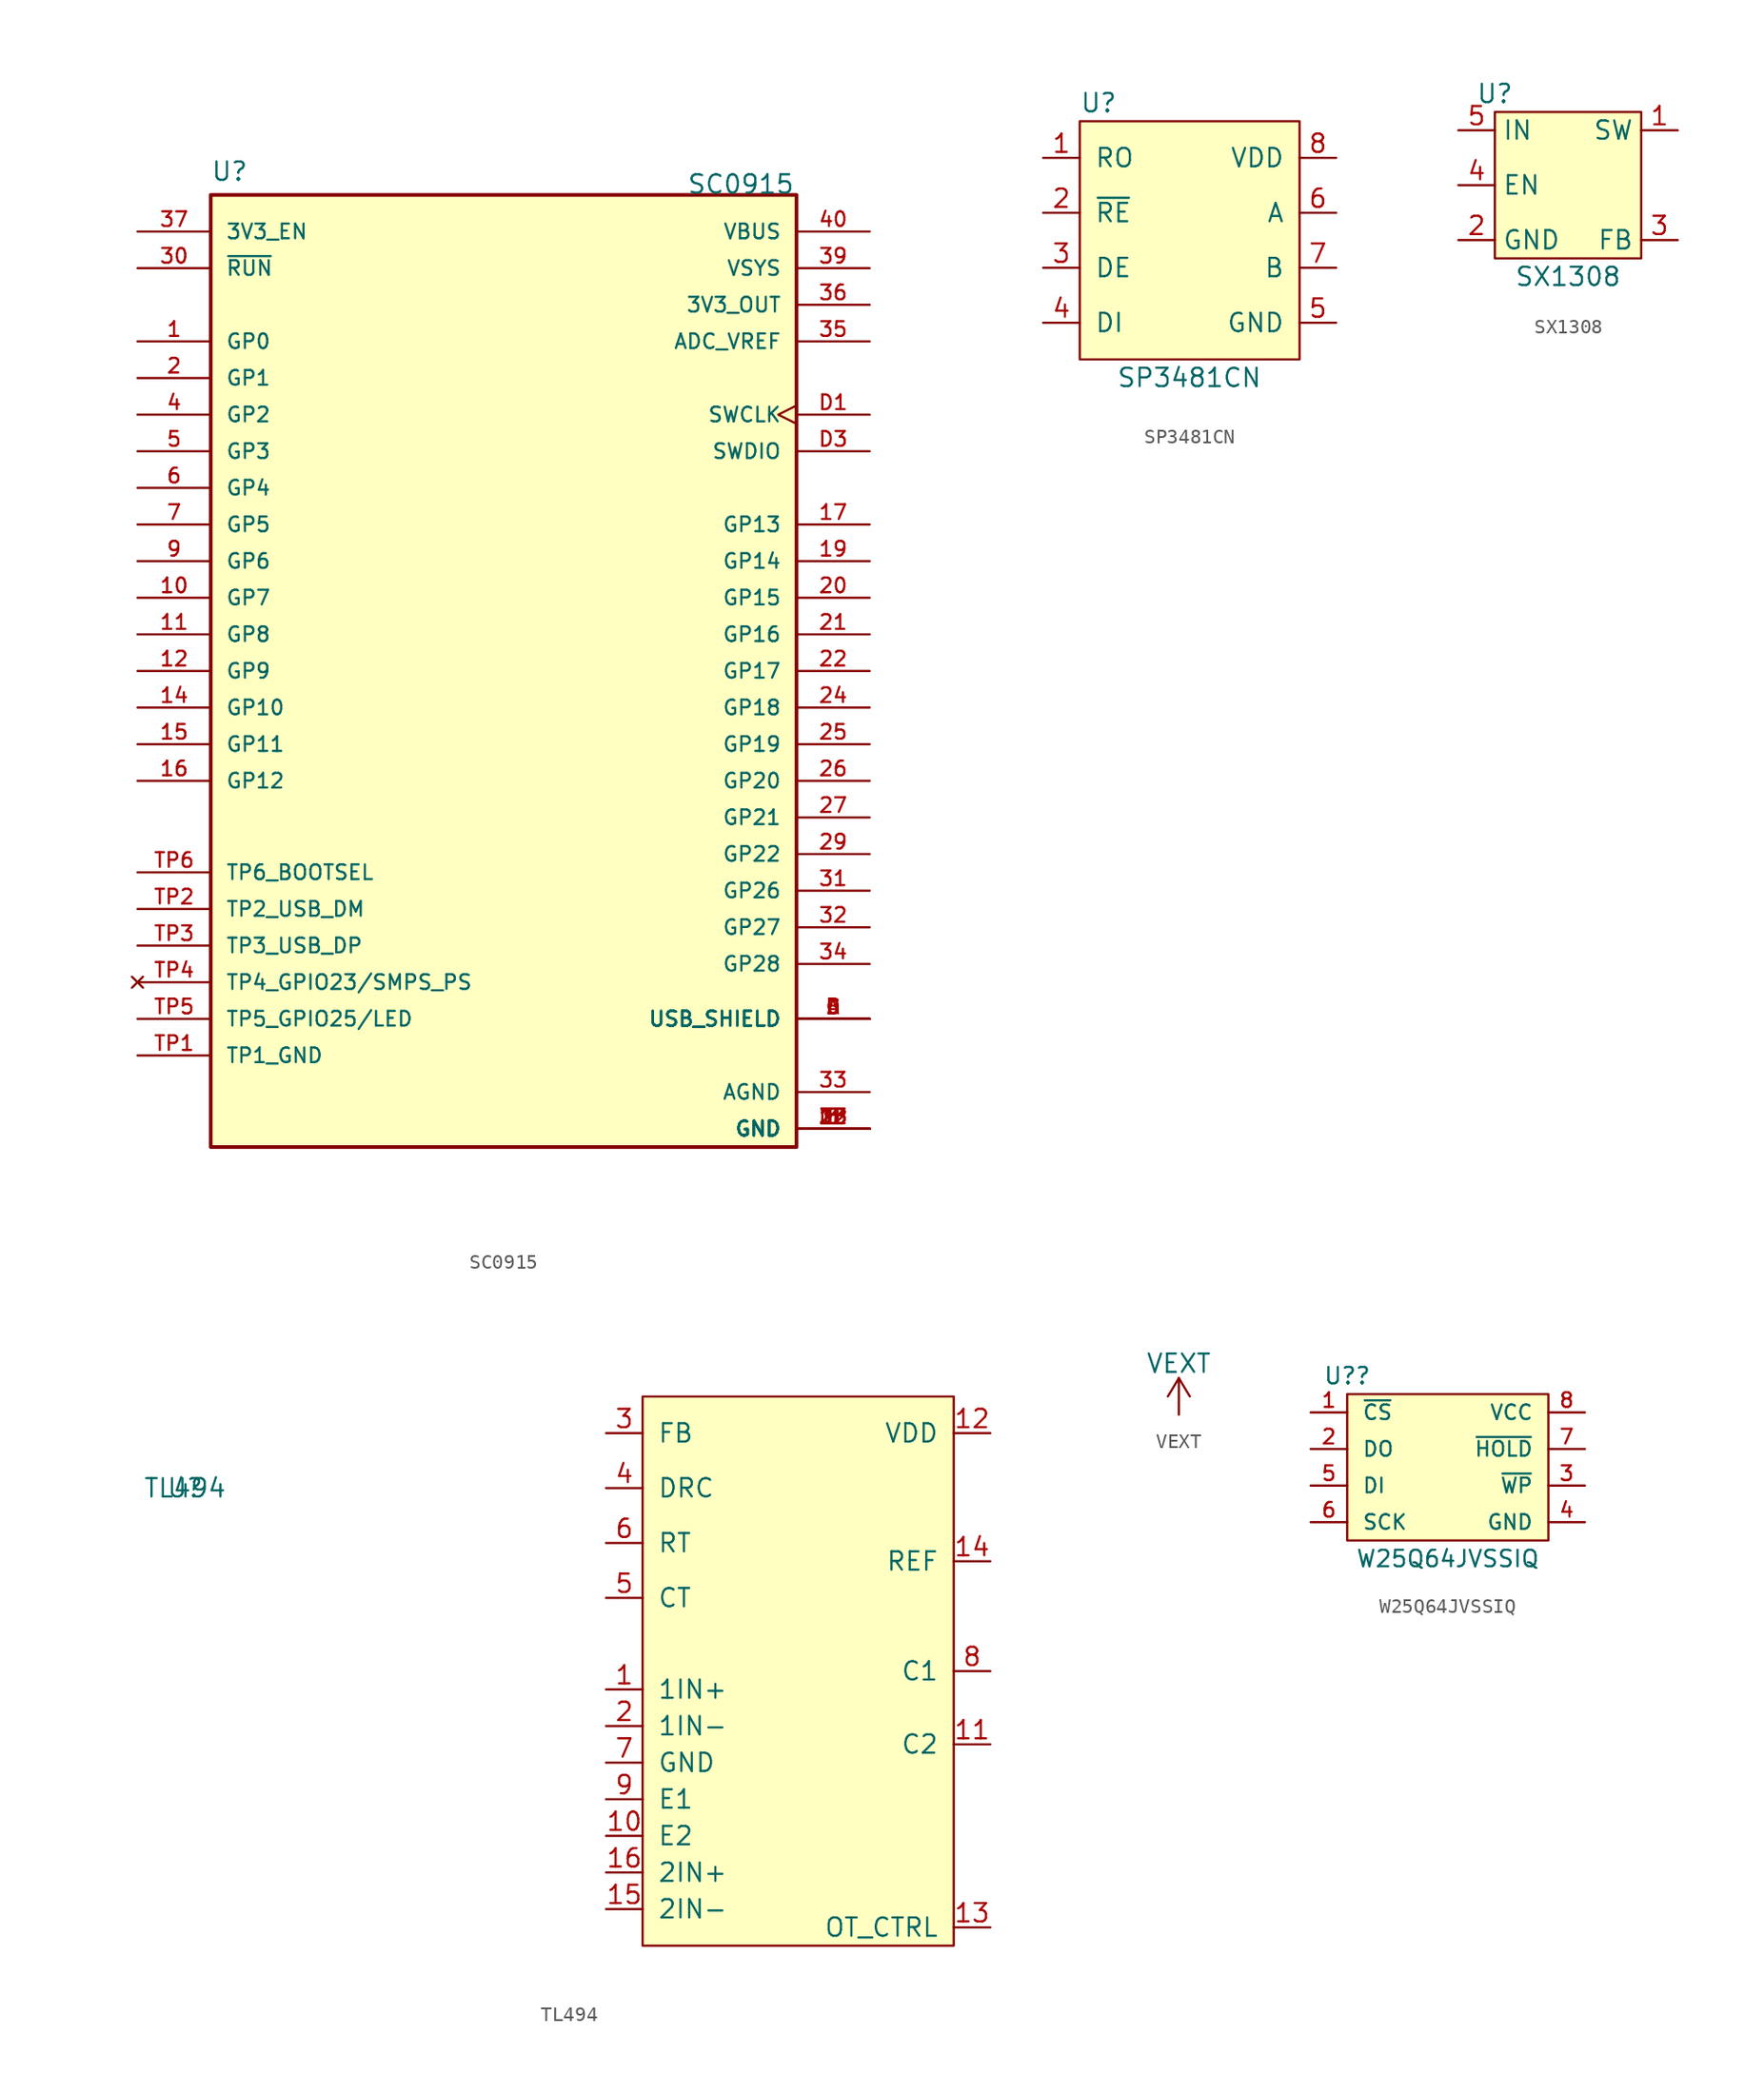
<source format=kicad_sym>
(kicad_symbol_lib
  (version 20211014)
  (generator kicad_symbol_editor)
  (symbol "SC0915"
    (pin_names
      (offset 1.016))
    (property "Reference" "U"
      (at -20.32 44.069 0)
      (effects (font (size 1.27 1.27)) (justify left bottom)))
    (property "Value" "SC0915"
      (at 12.7 43.18 0)
      (effects (font (size 1.27 1.27)) (justify left bottom)))
    (symbol "SC0915_0_0"
      (rectangle (start -20.32 43.18) (end 20.32 -22.86) (stroke (width 0.254) (type default) (color 0 0 0 0)) (fill (type background)))
      (pin bidirectional line (at -25.4 33.02 0) (length 5.08) (name "GP0" (effects (font (size 1.016 1.016)))) (number "1" (effects (font (size 1.016 1.016)))))
      (pin bidirectional line (at -25.4 15.24 0) (length 5.08) (name "GP7" (effects (font (size 1.016 1.016)))) (number "10" (effects (font (size 1.016 1.016)))))
      (pin bidirectional line (at -25.4 12.7 0) (length 5.08) (name "GP8" (effects (font (size 1.016 1.016)))) (number "11" (effects (font (size 1.016 1.016)))))
      (pin bidirectional line (at -25.4 10.16 0) (length 5.08) (name "GP9" (effects (font (size 1.016 1.016)))) (number "12" (effects (font (size 1.016 1.016)))))
      (pin power_in line (at 25.4 -21.59 180) (length 5.08) (name "GND" (effects (font (size 1.016 1.016)))) (number "13" (effects (font (size 1.016 1.016)))))
      (pin bidirectional line (at -25.4 7.62 0) (length 5.08) (name "GP10" (effects (font (size 1.016 1.016)))) (number "14" (effects (font (size 1.016 1.016)))))
      (pin bidirectional line (at -25.4 5.08 0) (length 5.08) (name "GP11" (effects (font (size 1.016 1.016)))) (number "15" (effects (font (size 1.016 1.016)))))
      (pin bidirectional line (at -25.4 2.54 0) (length 5.08) (name "GP12" (effects (font (size 1.016 1.016)))) (number "16" (effects (font (size 1.016 1.016)))))
      (pin bidirectional line (at 25.4 20.32 180) (length 5.08) (name "GP13" (effects (font (size 1.016 1.016)))) (number "17" (effects (font (size 1.016 1.016)))))
      (pin power_in line (at 25.4 -21.59 180) (length 5.08) (name "GND" (effects (font (size 1.016 1.016)))) (number "18" (effects (font (size 1.016 1.016)))))
      (pin bidirectional line (at 25.4 17.78 180) (length 5.08) (name "GP14" (effects (font (size 1.016 1.016)))) (number "19" (effects (font (size 1.016 1.016)))))
      (pin bidirectional line (at -25.4 30.48 0) (length 5.08) (name "GP1" (effects (font (size 1.016 1.016)))) (number "2" (effects (font (size 1.016 1.016)))))
      (pin bidirectional line (at 25.4 15.24 180) (length 5.08) (name "GP15" (effects (font (size 1.016 1.016)))) (number "20" (effects (font (size 1.016 1.016)))))
      (pin bidirectional line (at 25.4 12.7 180) (length 5.08) (name "GP16" (effects (font (size 1.016 1.016)))) (number "21" (effects (font (size 1.016 1.016)))))
      (pin bidirectional line (at 25.4 10.16 180) (length 5.08) (name "GP17" (effects (font (size 1.016 1.016)))) (number "22" (effects (font (size 1.016 1.016)))))
      (pin power_in line (at 25.4 -21.59 180) (length 5.08) (name "GND" (effects (font (size 1.016 1.016)))) (number "23" (effects (font (size 1.016 1.016)))))
      (pin bidirectional line (at 25.4 7.62 180) (length 5.08) (name "GP18" (effects (font (size 1.016 1.016)))) (number "24" (effects (font (size 1.016 1.016)))))
      (pin bidirectional line (at 25.4 5.08 180) (length 5.08) (name "GP19" (effects (font (size 1.016 1.016)))) (number "25" (effects (font (size 1.016 1.016)))))
      (pin bidirectional line (at 25.4 2.54 180) (length 5.08) (name "GP20" (effects (font (size 1.016 1.016)))) (number "26" (effects (font (size 1.016 1.016)))))
      (pin bidirectional line (at 25.4 0 180) (length 5.08) (name "GP21" (effects (font (size 1.016 1.016)))) (number "27" (effects (font (size 1.016 1.016)))))
      (pin power_in line (at 25.4 -21.59 180) (length 5.08) (name "GND" (effects (font (size 1.016 1.016)))) (number "28" (effects (font (size 1.016 1.016)))))
      (pin bidirectional line (at 25.4 -2.54 180) (length 5.08) (name "GP22" (effects (font (size 1.016 1.016)))) (number "29" (effects (font (size 1.016 1.016)))))
      (pin power_in line (at 25.4 -21.59 180) (length 5.08) (name "GND" (effects (font (size 1.016 1.016)))) (number "3" (effects (font (size 1.016 1.016)))))
      (pin input line (at -25.4 38.1 0) (length 5.08) (name "~{RUN}" (effects (font (size 1.016 1.016)))) (number "30" (effects (font (size 1.016 1.016)))))
      (pin bidirectional line (at 25.4 -5.08 180) (length 5.08) (name "GP26" (effects (font (size 1.016 1.016)))) (number "31" (effects (font (size 1.016 1.016)))))
      (pin bidirectional line (at 25.4 -7.62 180) (length 5.08) (name "GP27" (effects (font (size 1.016 1.016)))) (number "32" (effects (font (size 1.016 1.016)))))
      (pin power_in line (at 25.4 -19.05 180) (length 5.08) (name "AGND" (effects (font (size 1.016 1.016)))) (number "33" (effects (font (size 1.016 1.016)))))
      (pin bidirectional line (at 25.4 -10.16 180) (length 5.08) (name "GP28" (effects (font (size 1.016 1.016)))) (number "34" (effects (font (size 1.016 1.016)))))
      (pin power_in line (at 25.4 33.02 180) (length 5.08) (name "ADC_VREF" (effects (font (size 1.016 1.016)))) (number "35" (effects (font (size 1.016 1.016)))))
      (pin power_in line (at 25.4 35.56 180) (length 5.08) (name "3V3_OUT" (effects (font (size 1.016 1.016)))) (number "36" (effects (font (size 1.016 1.016)))))
      (pin input line (at -25.4 40.64 0) (length 5.08) (name "3V3_EN" (effects (font (size 1.016 1.016)))) (number "37" (effects (font (size 1.016 1.016)))))
      (pin power_in line (at 25.4 -21.59 180) (length 5.08) (name "GND" (effects (font (size 1.016 1.016)))) (number "38" (effects (font (size 1.016 1.016)))))
      (pin power_in line (at 25.4 38.1 180) (length 5.08) (name "VSYS" (effects (font (size 1.016 1.016)))) (number "39" (effects (font (size 1.016 1.016)))))
      (pin bidirectional line (at -25.4 27.94 0) (length 5.08) (name "GP2" (effects (font (size 1.016 1.016)))) (number "4" (effects (font (size 1.016 1.016)))))
      (pin power_in line (at 25.4 40.64 180) (length 5.08) (name "VBUS" (effects (font (size 1.016 1.016)))) (number "40" (effects (font (size 1.016 1.016)))))
      (pin bidirectional line (at -25.4 25.4 0) (length 5.08) (name "GP3" (effects (font (size 1.016 1.016)))) (number "5" (effects (font (size 1.016 1.016)))))
      (pin bidirectional line (at -25.4 22.86 0) (length 5.08) (name "GP4" (effects (font (size 1.016 1.016)))) (number "6" (effects (font (size 1.016 1.016)))))
      (pin bidirectional line (at -25.4 20.32 0) (length 5.08) (name "GP5" (effects (font (size 1.016 1.016)))) (number "7" (effects (font (size 1.016 1.016)))))
      (pin power_in line (at 25.4 -21.59 180) (length 5.08) (name "GND" (effects (font (size 1.016 1.016)))) (number "8" (effects (font (size 1.016 1.016)))))
      (pin bidirectional line (at -25.4 17.78 0) (length 5.08) (name "GP6" (effects (font (size 1.016 1.016)))) (number "9" (effects (font (size 1.016 1.016)))))
      (pin power_in line (at 25.4 -13.97 180) (length 5.08) (name "USB_SHIELD" (effects (font (size 1.016 1.016)))) (number "A" (effects (font (size 1.016 1.016)))))
      (pin power_in line (at 25.4 -13.97 180) (length 5.08) (name "USB_SHIELD" (effects (font (size 1.016 1.016)))) (number "B" (effects (font (size 1.016 1.016)))))
      (pin power_in line (at 25.4 -13.97 180) (length 5.08) (name "USB_SHIELD" (effects (font (size 1.016 1.016)))) (number "C" (effects (font (size 1.016 1.016)))))
      (pin power_in line (at 25.4 -13.97 180) (length 5.08) (name "USB_SHIELD" (effects (font (size 1.016 1.016)))) (number "D" (effects (font (size 1.016 1.016)))))
      (pin input clock (at 25.4 27.94 180) (length 5.08) (name "SWCLK" (effects (font (size 1.016 1.016)))) (number "D1" (effects (font (size 1.016 1.016)))))
      (pin power_in line (at 25.4 -21.59 180) (length 5.08) (name "GND" (effects (font (size 1.016 1.016)))) (number "D2" (effects (font (size 1.016 1.016)))))
      (pin bidirectional line (at 25.4 25.4 180) (length 5.08) (name "SWDIO" (effects (font (size 1.016 1.016)))) (number "D3" (effects (font (size 1.016 1.016)))))
      (pin power_in line (at -25.4 -16.51 0) (length 5.08) (name "TP1_GND" (effects (font (size 1.016 1.016)))) (number "TP1" (effects (font (size 1.016 1.016)))))
      (pin bidirectional line (at -25.4 -6.35 0) (length 5.08) (name "TP2_USB_DM" (effects (font (size 1.016 1.016)))) (number "TP2" (effects (font (size 1.016 1.016)))))
      (pin bidirectional line (at -25.4 -8.89 0) (length 5.08) (name "TP3_USB_DP" (effects (font (size 1.016 1.016)))) (number "TP3" (effects (font (size 1.016 1.016)))))
      (pin no_connect line (at -25.4 -11.43 0) (length 5.08) (name "TP4_GPIO23/SMPS_PS" (effects (font (size 1.016 1.016)))) (number "TP4" (effects (font (size 1.016 1.016)))))
      (pin output line (at -25.4 -13.97 0) (length 5.08) (name "TP5_GPIO25/LED" (effects (font (size 1.016 1.016)))) (number "TP5" (effects (font (size 1.016 1.016)))))
      (pin input line (at -25.4 -3.81 0) (length 5.08) (name "TP6_BOOTSEL" (effects (font (size 1.016 1.016)))) (number "TP6" (effects (font (size 1.016 1.016)))))))
  (symbol "SP3481CN"
    (pin_names
      (offset 1.016))
    (property "Reference" "U"
      (at -7.62 10.16 0)
      (effects (font (size 1.27 1.27)) (justify left)))
    (property "Value" "SP3481CN"
      (at -5.08 -8.89 0)
      (effects (font (size 1.27 1.27)) (justify left)))
    (symbol "SP3481CN_0_1"
      (rectangle (start -7.62 8.89) (end 7.62 -7.62) (stroke (width 0.152) (type default) (color 0 0 0 0)) (fill (type background))))
    (symbol "SP3481CN_1_1"
      (pin output line (at -10.16 6.35 0) (length 2.54) (name "RO" (effects (font (size 1.27 1.27)))) (number "1" (effects (font (size 1.27 1.27)))))
      (pin input line (at -10.16 2.54 0) (length 2.54) (name "~{RE}" (effects (font (size 1.27 1.27)))) (number "2" (effects (font (size 1.27 1.27)))))
      (pin input line (at -10.16 -1.27 0) (length 2.54) (name "DE" (effects (font (size 1.27 1.27)))) (number "3" (effects (font (size 1.27 1.27)))))
      (pin input line (at -10.16 -5.08 0) (length 2.54) (name "DI" (effects (font (size 1.27 1.27)))) (number "4" (effects (font (size 1.27 1.27)))))
      (pin power_in line (at 10.16 -5.08 180) (length 2.54) (name "GND" (effects (font (size 1.27 1.27)))) (number "5" (effects (font (size 1.27 1.27)))))
      (pin bidirectional line (at 10.16 2.54 180) (length 2.54) (name "A" (effects (font (size 1.27 1.27)))) (number "6" (effects (font (size 1.27 1.27)))))
      (pin bidirectional line (at 10.16 -1.27 180) (length 2.54) (name "B" (effects (font (size 1.27 1.27)))) (number "7" (effects (font (size 1.27 1.27)))))
      (pin power_in line (at 10.16 6.35 180) (length 2.54) (name "VDD" (effects (font (size 1.27 1.27)))) (number "8" (effects (font (size 1.27 1.27)))))))
  (symbol "SX1308"
    (property "Reference" "U"
      (at -5.08 6.35 0)
      (effects (font (size 1.27 1.27))))
    (property "Value" "SX1308"
      (at 0 -6.35 0)
      (effects (font (size 1.27 1.27))))
    (symbol "SX1308_0_1"
      (rectangle (start -5.08 5.08) (end 5.08 -5.08) (stroke (width 0.152) (type default) (color 0 0 0 0)) (fill (type background))))
    (symbol "SX1308_1_1"
      (pin input line (at 7.62 3.81 180) (length 2.54) (name "SW" (effects (font (size 1.27 1.27)))) (number "1" (effects (font (size 1.27 1.27)))))
      (pin input line (at -7.62 -3.81 0) (length 2.54) (name "GND" (effects (font (size 1.27 1.27)))) (number "2" (effects (font (size 1.27 1.27)))))
      (pin input line (at 7.62 -3.81 180) (length 2.54) (name "FB" (effects (font (size 1.27 1.27)))) (number "3" (effects (font (size 1.27 1.27)))))
      (pin input line (at -7.62 0 0) (length 2.54) (name "EN" (effects (font (size 1.27 1.27)))) (number "4" (effects (font (size 1.27 1.27)))))
      (pin input line (at -7.62 3.81 0) (length 2.54) (name "IN" (effects (font (size 1.27 1.27)))) (number "5" (effects (font (size 1.27 1.27)))))
      (pin input line (at 7.62 0 180) (length 2.54) hide (name "NC" (effects (font (size 1.27 1.27)))) (number "6" (effects (font (size 1.27 1.27)))))))
  (symbol "TL494"
    (pin_names
      (offset 1.016))
    (property "Reference" "U"
      (at -31.75 -2.54 0)
      (effects (font (size 1.27 1.27))))
    (property "Value" "TL494"
      (at -31.75 -2.54 0)
      (effects (font (size 1.27 1.27))))
    (symbol "TL494_0_0"
      (pin unspecified line (at -2.54 -16.51 0) (length 2.54) (name "1IN+" (effects (font (size 1.27 1.27)))) (number "1" (effects (font (size 1.27 1.27)))))
      (pin unspecified line (at -2.54 -19.05 0) (length 2.54) (name "1IN-" (effects (font (size 1.27 1.27)))) (number "2" (effects (font (size 1.27 1.27))))))
    (symbol "TL494_0_1"
      (rectangle (start 21.59 3.81) (end 0 -34.29) (stroke (width 0) (type default) (color 0 0 0 0)) (fill (type background))))
    (symbol "TL494_1_1"
      (pin input line (at -2.54 -26.67 0) (length 2.54) (name "E2" (effects (font (size 1.27 1.27)))) (number "10" (effects (font (size 1.27 1.27)))))
      (pin input line (at 24.13 -20.32 180) (length 2.54) (name "C2" (effects (font (size 1.27 1.27)))) (number "11" (effects (font (size 1.27 1.27)))))
      (pin input line (at 24.13 1.27 180) (length 2.54) (name "VDD" (effects (font (size 1.27 1.27)))) (number "12" (effects (font (size 1.27 1.27)))))
      (pin input line (at 24.13 -33.02 180) (length 2.54) (name "OT_CTRL" (effects (font (size 1.27 1.27)))) (number "13" (effects (font (size 1.27 1.27)))))
      (pin input line (at 24.13 -7.62 180) (length 2.54) (name "REF" (effects (font (size 1.27 1.27)))) (number "14" (effects (font (size 1.27 1.27)))))
      (pin input line (at -2.54 -31.75 0) (length 2.54) (name "2IN-" (effects (font (size 1.27 1.27)))) (number "15" (effects (font (size 1.27 1.27)))))
      (pin input line (at -2.54 -29.21 0) (length 2.54) (name "2IN+" (effects (font (size 1.27 1.27)))) (number "16" (effects (font (size 1.27 1.27)))))
      (pin input line (at -2.54 1.27 0) (length 2.54) (name "FB" (effects (font (size 1.27 1.27)))) (number "3" (effects (font (size 1.27 1.27)))))
      (pin input line (at -2.54 -2.54 0) (length 2.54) (name "DRC" (effects (font (size 1.27 1.27)))) (number "4" (effects (font (size 1.27 1.27)))))
      (pin input line (at -2.54 -10.16 0) (length 2.54) (name "CT" (effects (font (size 1.27 1.27)))) (number "5" (effects (font (size 1.27 1.27)))))
      (pin input line (at -2.54 -6.35 0) (length 2.54) (name "RT" (effects (font (size 1.27 1.27)))) (number "6" (effects (font (size 1.27 1.27)))))
      (pin input line (at -2.54 -21.59 0) (length 2.54) (name "GND" (effects (font (size 1.27 1.27)))) (number "7" (effects (font (size 1.27 1.27)))))
      (pin input line (at 24.13 -15.24 180) (length 2.54) (name "C1" (effects (font (size 1.27 1.27)))) (number "8" (effects (font (size 1.27 1.27)))))
      (pin input line (at -2.54 -24.13 0) (length 2.54) (name "E1" (effects (font (size 1.27 1.27)))) (number "9" (effects (font (size 1.27 1.27)))))))
  (symbol "VEXT"
    (power)
    (pin_names
      (offset 0))
    (property "Reference" "#PWR"
      (at 15.24 7.62 0)
      (effects (font (size 1.27 1.27)) hide))
    (property "Value" "VEXT"
      (at 0 3.556 0)
      (effects (font (size 1.27 1.27))))
    (symbol "VEXT_0_1"
      (polyline (pts (xy -0.762 1.27) (xy 0 2.54)) (stroke (width 0) (type default) (color 0 0 0 0)) (fill (type none)))
      (polyline (pts (xy 0 0) (xy 0 2.54)) (stroke (width 0) (type default) (color 0 0 0 0)) (fill (type none)))
      (polyline (pts (xy 0 2.54) (xy 0.762 1.27)) (stroke (width 0) (type default) (color 0 0 0 0)) (fill (type none))))
    (symbol "VEXT_1_1"
      (pin power_in line (at 0 0 180) (length 0) hide (name "VEXT" (effects (font (size 1.27 1.27)))) (number "1" (effects (font (size 1.27 1.27)))))))
  (symbol "W25Q64JVSSIQ"
    (pin_names
      (offset 1.016))
    (property "Reference" "U?"
      (at 0 11.43 0)
      (effects (font (size 1.143 1.143))))
    (property "Value" "W25Q64JVSSIQ"
      (at 6.985 -1.27 0)
      (effects (font (size 1.143 1.143))))
    (property "ki_locked" ""
      (at 0 0 0)
      (effects (font (size 1.27 1.27))))
    (symbol "W25Q64JVSSIQ_1_1"
      (rectangle (start 0 10.16) (end 13.97 0) (stroke (width 0) (type default) (color 0 0 0 0)) (fill (type background)))
      (pin bidirectional line (at -2.54 8.89 0) (length 2.54) (name "~{CS}" (effects (font (size 1.016 1.016)))) (number "1" (effects (font (size 1.016 1.016)))))
      (pin bidirectional line (at -2.54 6.35 0) (length 2.54) (name "DO" (effects (font (size 1.016 1.016)))) (number "2" (effects (font (size 1.016 1.016)))))
      (pin bidirectional line (at 16.51 3.81 180) (length 2.54) (name "~{WP}" (effects (font (size 1.016 1.016)))) (number "3" (effects (font (size 1.016 1.016)))))
      (pin bidirectional line (at 16.51 1.27 180) (length 2.54) (name "GND" (effects (font (size 1.016 1.016)))) (number "4" (effects (font (size 1.016 1.016)))))
      (pin bidirectional line (at -2.54 3.81 0) (length 2.54) (name "DI" (effects (font (size 1.016 1.016)))) (number "5" (effects (font (size 1.016 1.016)))))
      (pin bidirectional line (at -2.54 1.27 0) (length 2.54) (name "SCK" (effects (font (size 1.016 1.016)))) (number "6" (effects (font (size 1.016 1.016)))))
      (pin bidirectional line (at 16.51 6.35 180) (length 2.54) (name "~{HOLD}" (effects (font (size 1.016 1.016)))) (number "7" (effects (font (size 1.016 1.016)))))
      (pin bidirectional line (at 16.51 8.89 180) (length 2.54) (name "VCC" (effects (font (size 1.016 1.016)))) (number "8" (effects (font (size 1.016 1.016))))))))
</source>
